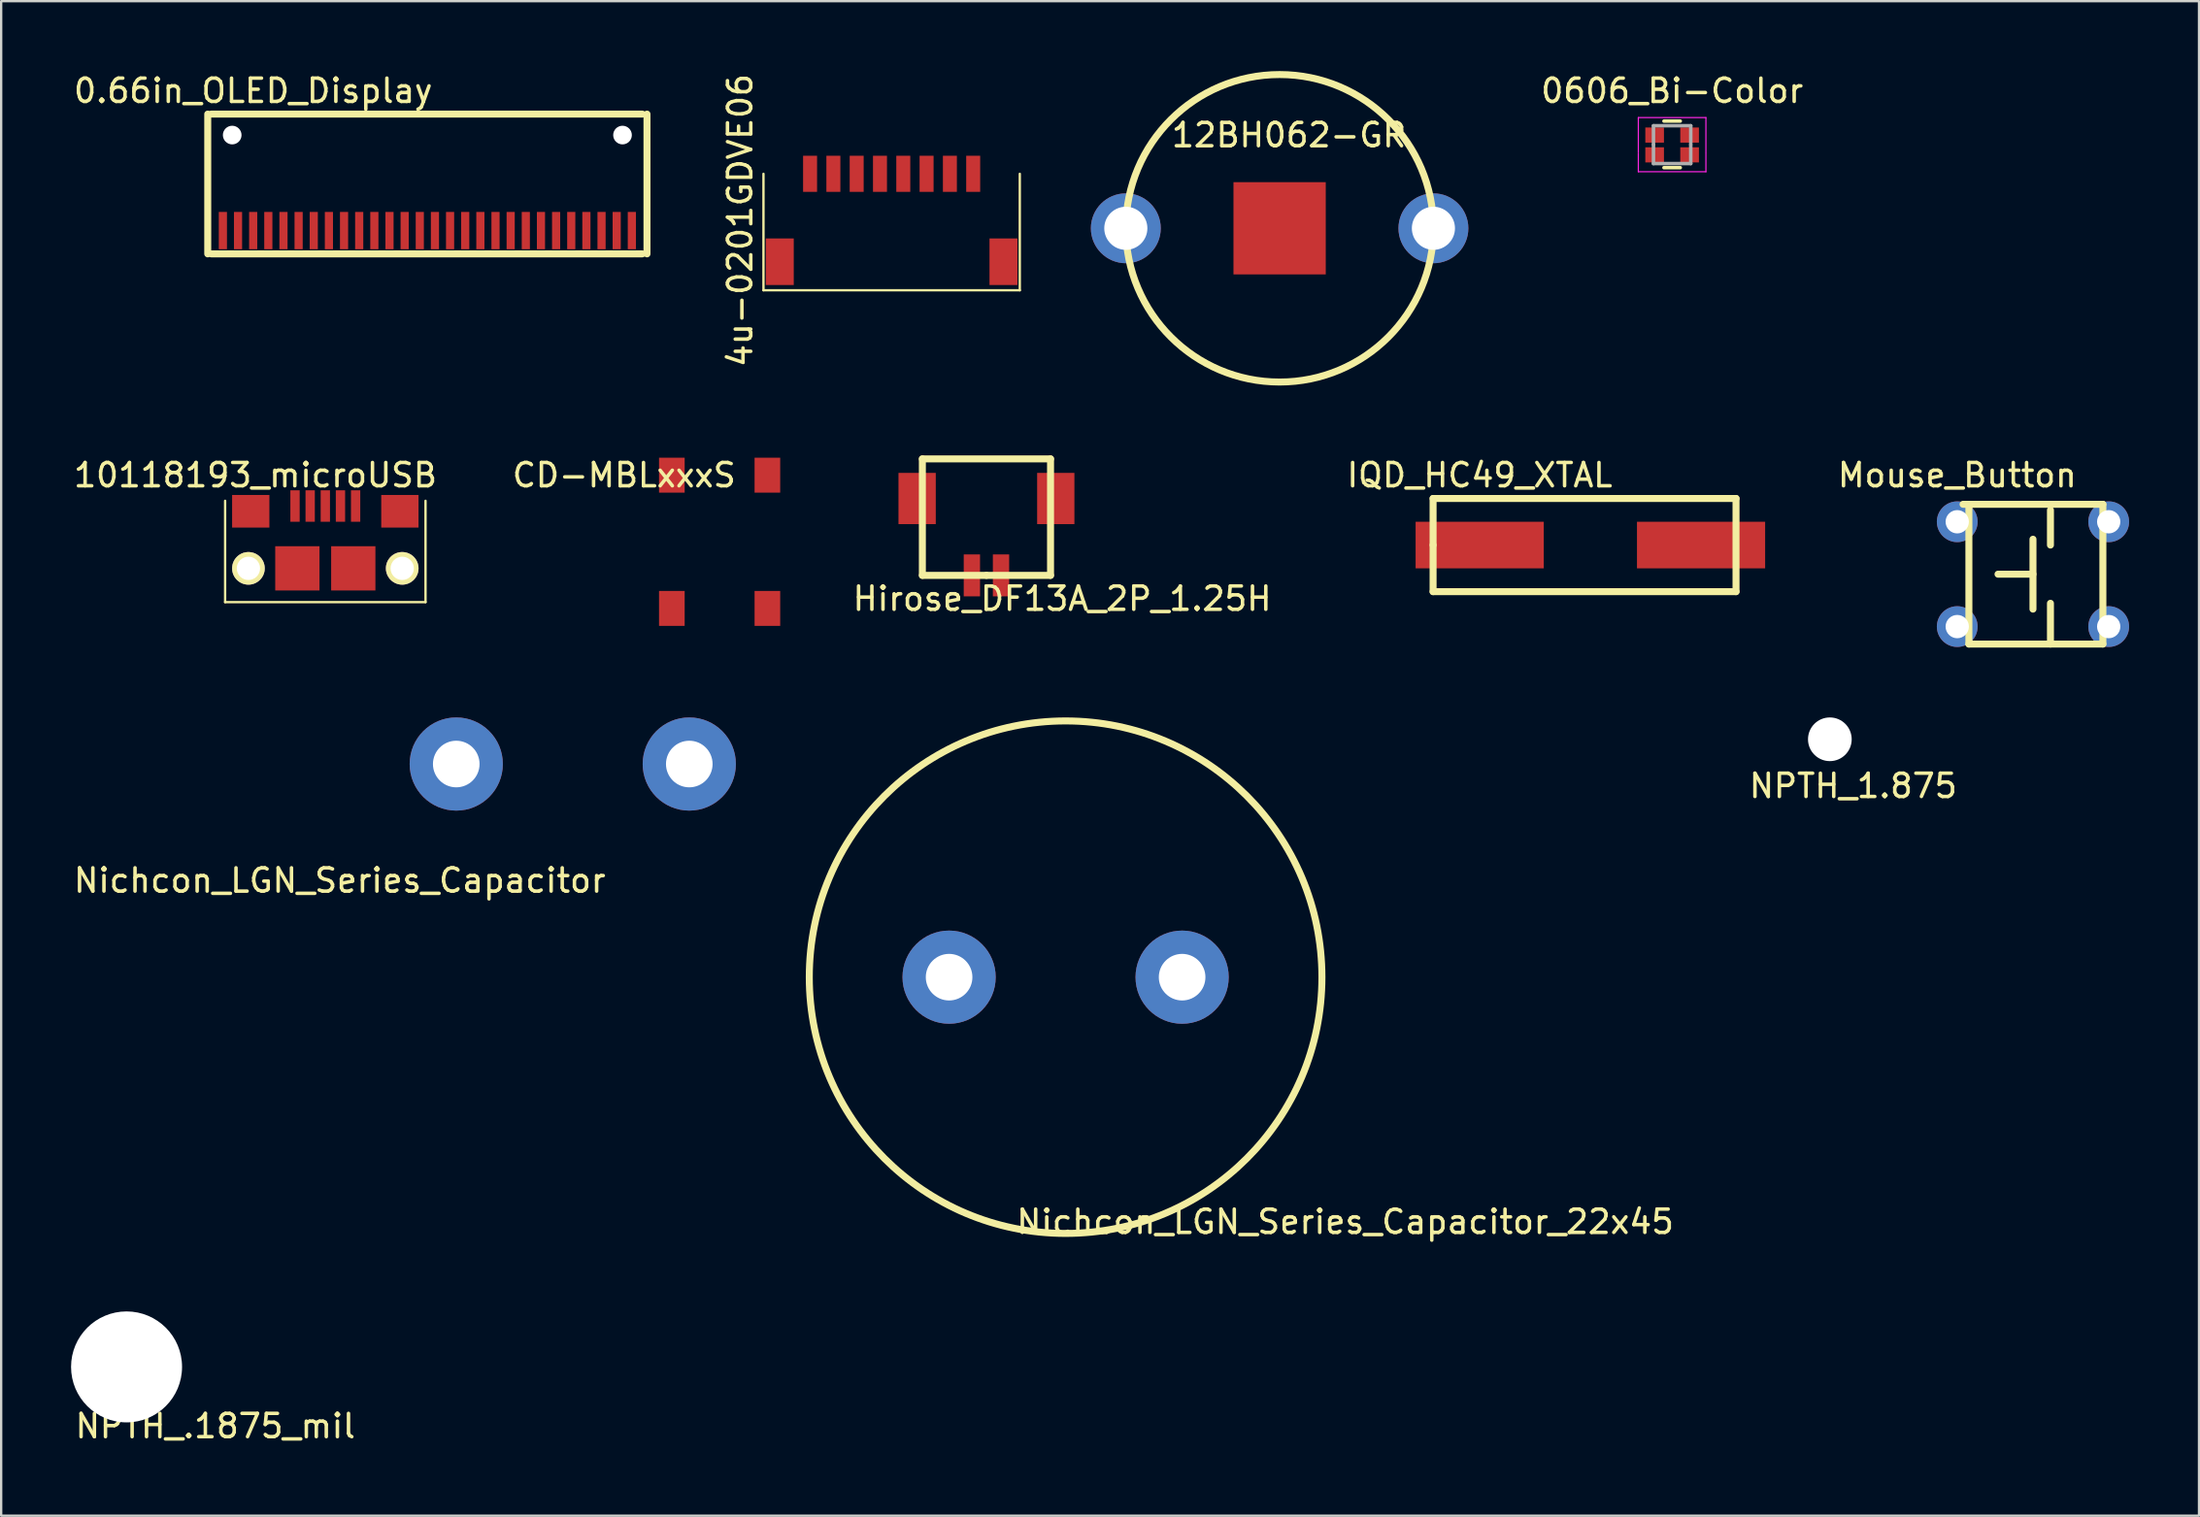
<source format=kicad_pcb>
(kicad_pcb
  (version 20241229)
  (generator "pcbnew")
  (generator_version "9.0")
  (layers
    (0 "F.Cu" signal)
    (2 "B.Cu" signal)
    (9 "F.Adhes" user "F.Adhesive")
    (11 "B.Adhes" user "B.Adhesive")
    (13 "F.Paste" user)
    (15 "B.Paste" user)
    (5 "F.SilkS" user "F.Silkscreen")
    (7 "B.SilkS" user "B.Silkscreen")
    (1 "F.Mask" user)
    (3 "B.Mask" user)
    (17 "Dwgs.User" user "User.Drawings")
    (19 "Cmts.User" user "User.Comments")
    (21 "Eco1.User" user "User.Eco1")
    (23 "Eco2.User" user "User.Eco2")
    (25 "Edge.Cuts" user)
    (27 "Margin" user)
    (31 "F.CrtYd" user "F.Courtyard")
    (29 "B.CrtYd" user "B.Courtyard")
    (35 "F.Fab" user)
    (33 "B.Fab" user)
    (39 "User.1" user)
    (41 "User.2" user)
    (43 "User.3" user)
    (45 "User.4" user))
  (footprint "0606_Bi-Color"
    (layer "F.Cu")
    (at 68.708 3.173)
    (property "Reference" "0606_Bi-Color" (at 0 -2.325 0) (layer "F.SilkS") (effects (font (size 1 1) (thickness 0.15))))
    (attr smd)
    (fp_line (start -0.35 -1.025) (end 0.35 -1.025) (stroke (width 0.15) (type solid)) (layer "F.SilkS"))
    (fp_line (start 0.35 0.975) (end -0.35 0.975) (stroke (width 0.15) (type solid)) (layer "F.SilkS"))
    (fp_line (start -1.45 -1.175) (end -1.45 0.325) (stroke (width 0.05) (type solid)) (layer "F.CrtYd"))
    (fp_line (start -1.45 -1.175) (end 1.45 -1.175) (stroke (width 0.05) (type solid)) (layer "F.CrtYd"))
    (fp_line (start -1.45 1.15) (end -1.45 0.35) (stroke (width 0.05) (type solid)) (layer "F.CrtYd"))
    (fp_line (start -1.45 1.15) (end 1.45 1.15) (stroke (width 0.05) (type solid)) (layer "F.CrtYd"))
    (fp_line (start 1.45 -1.175) (end 1.45 0.325) (stroke (width 0.05) (type solid)) (layer "F.CrtYd"))
    (fp_line (start 1.45 1.15) (end 1.45 0.35) (stroke (width 0.05) (type solid)) (layer "F.CrtYd"))
    (fp_line (start -0.8 -0.825) (end 0.8 -0.825) (stroke (width 0.15) (type solid)) (layer "F.Fab"))
    (fp_line (start -0.8 -0.025) (end -0.8 -0.825) (stroke (width 0.15) (type solid)) (layer "F.Fab"))
    (fp_line (start -0.8 0) (end -0.8 0.8) (stroke (width 0.15) (type solid)) (layer "F.Fab"))
    (fp_line (start -0.8 0.8) (end 0.8 0.8) (stroke (width 0.15) (type solid)) (layer "F.Fab"))
    (fp_line (start 0.8 -0.825) (end 0.8 -0.025) (stroke (width 0.15) (type solid)) (layer "F.Fab"))
    (fp_line (start 0.8 0) (end 0.8 0.8) (stroke (width 0.15) (type solid)) (layer "F.Fab"))
    (pad "1" smd rect (at -0.75 -0.425) (size 0.8 0.65) (layers "F.Cu" "F.Mask" "F.Paste"))
    (pad "2" smd rect (at 0.75 -0.425) (size 0.8 0.65) (layers "F.Cu" "F.Mask" "F.Paste"))
    (pad "3" smd rect (at -0.75 0.425) (size 0.8 0.65) (layers "F.Cu" "F.Mask" "F.Paste"))
    (pad "4" smd rect (at 0.75 0.425) (size 0.8 0.65) (layers "F.Cu" "F.Mask" "F.Paste")))
  (footprint "Hirose_DF13A_2P_1.25H"
    (layer "F.Cu")
    (at 39.283 21.65)
    (property "Reference" "Hirose_DF13A_2P_1.25H" (at 3.25 1 0) (layer "F.SilkS") (effects (font (size 1 1) (thickness 0.15))))
    (attr through_hole)
    (fp_line (start -2.75 -5) (end -2.75 0) (stroke (width 0.3) (type solid)) (layer "F.SilkS"))
    (fp_line (start -2.75 0) (end 0 0) (stroke (width 0.3) (type solid)) (layer "F.SilkS"))
    (fp_line (start 0 0) (end 2.75 0) (stroke (width 0.3) (type solid)) (layer "F.SilkS"))
    (fp_line (start 2.75 -5) (end -2.75 -5) (stroke (width 0.3) (type solid)) (layer "F.SilkS"))
    (fp_line (start 2.75 0) (end 2.75 -5) (stroke (width 0.3) (type solid)) (layer "F.SilkS"))
    (pad "1" smd rect (at -0.625 0) (size 0.7 1.8) (layers "F.Cu" "F.Mask" "F.Paste"))
    (pad "2" smd rect (at -2.975 -3.3) (size 1.6 2.2) (layers "F.Cu" "F.Mask" "F.Paste"))
    (pad "2" smd rect (at 0.625 0) (size 0.7 1.8) (layers "F.Cu" "F.Mask" "F.Paste"))
    (pad "2" smd rect (at 2.975 -3.3) (size 1.6 2.2) (layers "F.Cu" "F.Mask" "F.Paste")))
  (footprint "4u-0201GDVE06"
    (layer "F.Cu")
    (at 31.714 4.411)
    (property "Reference" "4u-0201GDVE06" (at -3 2 90) (layer "F.SilkS") (effects (font (size 1 1) (thickness 0.15))))
    (attr through_hole)
    (fp_line (start -2 0) (end -2 5) (stroke (width 0.1) (type solid)) (layer "F.SilkS"))
    (fp_line (start -2 5) (end 9 5) (stroke (width 0.1) (type solid)) (layer "F.SilkS"))
    (fp_line (start 9 5) (end 9 0) (stroke (width 0.1) (type solid)) (layer "F.SilkS"))
    (pad "1" smd rect (at 0 0) (size 0.6 1.55) (layers "F.Cu" "F.Mask" "F.Paste"))
    (pad "2" smd rect (at 1 0) (size 0.6 1.55) (layers "F.Cu" "F.Mask" "F.Paste"))
    (pad "3" smd rect (at 2 0) (size 0.6 1.55) (layers "F.Cu" "F.Mask" "F.Paste"))
    (pad "4" smd rect (at 3 0) (size 0.6 1.55) (layers "F.Cu" "F.Mask" "F.Paste"))
    (pad "5" smd rect (at 4 0) (size 0.6 1.55) (layers "F.Cu" "F.Mask" "F.Paste"))
    (pad "6" smd rect (at 5 0) (size 0.6 1.55) (layers "F.Cu" "F.Mask" "F.Paste"))
    (pad "7" smd rect (at 6 0) (size 0.6 1.55) (layers "F.Cu" "F.Mask" "F.Paste"))
    (pad "8" smd rect (at 7 0) (size 0.6 1.55) (layers "F.Cu" "F.Mask" "F.Paste"))
    (pad "9" smd rect (at -1.3 3.775) (size 1.2 2) (layers "F.Cu" "F.Mask" "F.Paste"))
    (pad "10" smd rect (at 8.3 3.775) (size 1.2 2) (layers "F.Cu" "F.Mask" "F.Paste")))
  (footprint "12BH062-GR"
    (layer "F.Cu")
    (at 45.264 6.75)
    (property "Reference" "12BH062-GR" (at 7 -4 0) (layer "F.SilkS") (effects (font (size 1 1) (thickness 0.15))))
    (attr through_hole)
    (fp_circle (center 6.6 0) (end 13.2 0) (stroke (width 0.3) (type solid)) (fill no) (layer "F.SilkS"))
    (pad "1" thru_hole circle (at 0 0) (size 3 3) (drill 1.85) (layers "*.Cu" "*.Mask"))
    (pad "1" thru_hole circle (at 13.2 0) (size 3 3) (drill 1.85) (layers "*.Cu" "*.Mask"))
    (pad "2" smd rect (at 6.6 0) (size 3.96 3.96) (layers "F.Cu" "F.Mask" "F.Paste")))
  (footprint "CD-MBLxxxS"
    (layer "F.Cu")
    (at 27.832 20.198)
    (property "Reference" "CD-MBLxxxS" (at -4.1 -2.85 0) (layer "F.SilkS") (effects (font (size 1 1) (thickness 0.15))))
    (attr through_hole)
    (pad "1" smd rect (at -2.05 -2.85) (size 1.1 1.5) (layers "F.Cu" "F.Mask" "F.Paste"))
    (pad "2" smd rect (at 2.05 -2.85) (size 1.1 1.5) (layers "F.Cu" "F.Mask" "F.Paste"))
    (pad "3" smd rect (at 2.05 2.87) (size 1.1 1.5) (layers "F.Cu" "F.Mask" "F.Paste"))
    (pad "4" smd rect (at -2.05 2.87) (size 1.1 1.5) (layers "F.Cu" "F.Mask" "F.Paste")))
  (footprint "NPTH_1.875"
    (layer "F.Cu")
    (at 75.477 28.686)
    (property "Reference" "NPTH_1.875" (at 1 2 0) (layer "F.SilkS") (effects (font (size 1 1) (thickness 0.15))))
    (attr through_hole)
    (pad "" np_thru_hole circle (at 0 0) (size 1.875 1.875) (drill 1.875) (layers "*.Cu" "*.Mask")))
  (footprint "NPTH_.1875_mil"
    (layer "F.Cu")
    (at 2.381 55.628)
    (property "Reference" "NPTH_.1875_mil" (at 3.81 2.54 0) (layer "F.SilkS") (effects (font (size 1 1) (thickness 0.15))))
    (attr through_hole)
    (pad "" np_thru_hole circle (at 0 0) (size 4.763 4.763) (drill 4.763) (layers "*.Cu" "*.Mask")))
  (footprint "10118193_microUSB"
    (layer "F.Cu")
    (at 10.911 21.348)
    (property "Reference" "10118193_microUSB" (at -3 -4 0) (layer "F.SilkS") (effects (font (size 1 1) (thickness 0.15))))
    (attr through_hole)
    (fp_line (start -4.3 -2.9) (end -4.3 1.45) (stroke (width 0.1) (type solid)) (layer "F.SilkS"))
    (fp_line (start -4.3 1.45) (end 4.3 1.45) (stroke (width 0.1) (type solid)) (layer "F.SilkS"))
    (fp_line (start 4.3 1.45) (end 4.3 -2.9) (stroke (width 0.1) (type solid)) (layer "F.SilkS"))
    (pad "1" smd rect (at -1.3 -2.675) (size 0.4 1.35) (layers "F.Cu" "F.Mask" "F.Paste"))
    (pad "2" smd rect (at -0.65 -2.675) (size 0.4 1.35) (layers "F.Cu" "F.Mask" "F.Paste"))
    (pad "3" smd rect (at 0 -2.675) (size 0.4 1.35) (layers "F.Cu" "F.Mask" "F.Paste"))
    (pad "4" smd rect (at 0.65 -2.675) (size 0.4 1.35) (layers "F.Cu" "F.Mask" "F.Paste"))
    (pad "5" smd rect (at 1.3 -2.675) (size 0.4 1.35) (layers "F.Cu" "F.Mask" "F.Paste"))
    (pad "6" smd rect (at -3.2 -2.45) (size 1.6 1.4) (layers "F.Cu" "F.Mask" "F.Paste"))
    (pad "7" smd rect (at 3.2 -2.45) (size 1.6 1.4) (layers "F.Cu" "F.Mask" "F.Paste"))
    (pad "8" smd rect (at -1.2 0) (size 1.9 1.9) (layers "F.Cu" "F.Mask" "F.Paste"))
    (pad "9" smd rect (at 1.2 0) (size 1.9 1.9) (layers "F.Cu" "F.Mask" "F.Paste"))
    (pad "10" thru_hole oval (at -3.3 0) (size 1.4 1.4) (drill 1) (layers "*.Cu" "*.Mask" "F.SilkS"))
    (pad "11" thru_hole oval (at 3.3 0) (size 1.4 1.4) (drill 1) (layers "*.Cu" "*.Mask" "F.SilkS")))
  (footprint "Mouse_Button"
    (layer "F.Cu")
    (at 80.944 19.348)
    (property "Reference" "Mouse_Button" (at 0 -2 0) (layer "F.SilkS") (effects (font (size 1 1) (thickness 0.15))))
    (attr through_hole)
    (fp_line (start 0.5 -0.75) (end 0.5 5.25) (stroke (width 0.3) (type solid)) (layer "F.SilkS"))
    (fp_line (start 0.5 5.25) (end 6.25 5.25) (stroke (width 0.3) (type solid)) (layer "F.SilkS"))
    (fp_line (start 3.25 0.75) (end 3.25 3.75) (stroke (width 0.3) (type solid)) (layer "F.SilkS"))
    (fp_line (start 3.25 2.25) (end 1.75 2.25) (stroke (width 0.3) (type solid)) (layer "F.SilkS"))
    (fp_line (start 4 -0.5) (end 4 1) (stroke (width 0.3) (type solid)) (layer "F.SilkS"))
    (fp_line (start 4 5.25) (end 4 3.5) (stroke (width 0.3) (type solid)) (layer "F.SilkS"))
    (fp_line (start 6.25 -0.75) (end 0.25 -0.75) (stroke (width 0.3) (type solid)) (layer "F.SilkS"))
    (fp_line (start 6.25 5.25) (end 6.25 -0.75) (stroke (width 0.3) (type solid)) (layer "F.SilkS"))
    (pad "1" thru_hole circle (at 0 0) (size 1.75 1.75) (drill 1) (layers "*.Cu" "*.Mask"))
    (pad "2" thru_hole circle (at 6.5 0) (size 1.75 1.75) (drill 1) (layers "*.Cu" "*.Mask"))
    (pad "3" thru_hole circle (at 0 4.5) (size 1.75 1.75) (drill 1) (layers "*.Cu" "*.Mask"))
    (pad "4" thru_hole circle (at 6.5 4.5) (size 1.75 1.75) (drill 1) (layers "*.Cu" "*.Mask")))
  (footprint "Nichcon_LGN_Series_Capacitor_22x45"
    (layer "F.Cu")
    (at 42.68 38.898)
    (property "Reference" "Nichcon_LGN_Series_Capacitor_22x45" (at 12 10.5 0) (layer "F.SilkS") (effects (font (size 1 1) (thickness 0.15))))
    (attr through_hole)
    (fp_circle (center 0 0) (end 11 0) (stroke (width 0.3) (type solid)) (fill no) (layer "F.SilkS"))
    (pad "1" thru_hole circle (at -5 0) (size 4 4) (drill 2) (layers "*.Cu" "*.Mask"))
    (pad "1" thru_hole circle (at 5 0) (size 4 4) (drill 2) (layers "*.Cu" "*.Mask")))
  (footprint "0.66in_OLED_Display"
    (layer "F.Cu")
    (at 15.29 6.848)
    (property "Reference" "0.66in_OLED_Display" (at -7.475 -6 0) (layer "F.SilkS") (effects (font (size 1 1) (thickness 0.15))))
    (attr through_hole)
    (fp_line (start -9.425 1) (end -9.425 -5) (stroke (width 0.3) (type solid)) (layer "F.SilkS"))
    (fp_line (start -9.275 -5) (end 9.225 -5) (stroke (width 0.3) (type solid)) (layer "F.SilkS"))
    (fp_line (start 9.225 1) (end -9.275 1) (stroke (width 0.3) (type solid)) (layer "F.SilkS"))
    (fp_line (start 9.425 1) (end 9.425 -5) (stroke (width 0.3) (type solid)) (layer "F.SilkS"))
    (pad "" np_thru_hole circle (at -8.375 -4.1) (size 0.8 0.8) (drill 0.8) (layers "*.Cu" "*.Mask"))
    (pad "" np_thru_hole circle (at 8.375 -4.1) (size 0.8 0.8) (drill 0.8) (layers "*.Cu" "*.Mask"))
    (pad "1" smd rect (at -8.775 0) (size 0.35 1.6) (layers "F.Cu" "F.Mask" "F.Paste"))
    (pad "2" smd rect (at -8.125 0) (size 0.35 1.6) (layers "F.Cu" "F.Mask" "F.Paste"))
    (pad "3" smd rect (at -7.475 0) (size 0.35 1.6) (layers "F.Cu" "F.Mask" "F.Paste"))
    (pad "4" smd rect (at -6.825 0) (size 0.35 1.6) (layers "F.Cu" "F.Mask" "F.Paste"))
    (pad "5" smd rect (at -6.175 0) (size 0.35 1.6) (layers "F.Cu" "F.Mask" "F.Paste"))
    (pad "6" smd rect (at -5.525 0) (size 0.35 1.6) (layers "F.Cu" "F.Mask" "F.Paste"))
    (pad "7" smd rect (at -4.875 0) (size 0.35 1.6) (layers "F.Cu" "F.Mask" "F.Paste"))
    (pad "8" smd rect (at -4.225 0) (size 0.35 1.6) (layers "F.Cu" "F.Mask" "F.Paste"))
    (pad "9" smd rect (at -3.575 0) (size 0.35 1.6) (layers "F.Cu" "F.Mask" "F.Paste"))
    (pad "10" smd rect (at -2.925 0) (size 0.35 1.6) (layers "F.Cu" "F.Mask" "F.Paste"))
    (pad "11" smd rect (at -2.275 0) (size 0.35 1.6) (layers "F.Cu" "F.Mask" "F.Paste"))
    (pad "12" smd rect (at -1.625 0) (size 0.35 1.6) (layers "F.Cu" "F.Mask" "F.Paste"))
    (pad "13" smd rect (at -0.975 0) (size 0.35 1.6) (layers "F.Cu" "F.Mask" "F.Paste"))
    (pad "14" smd rect (at -0.325 0) (size 0.35 1.6) (layers "F.Cu" "F.Mask" "F.Paste"))
    (pad "15" smd rect (at 0.325 0) (size 0.35 1.6) (layers "F.Cu" "F.Mask" "F.Paste"))
    (pad "16" smd rect (at 0.975 0) (size 0.35 1.6) (layers "F.Cu" "F.Mask" "F.Paste"))
    (pad "17" smd rect (at 1.625 0) (size 0.35 1.6) (layers "F.Cu" "F.Mask" "F.Paste"))
    (pad "18" smd rect (at 2.275 0) (size 0.35 1.6) (layers "F.Cu" "F.Mask" "F.Paste"))
    (pad "19" smd rect (at 2.925 0) (size 0.35 1.6) (layers "F.Cu" "F.Mask" "F.Paste"))
    (pad "20" smd rect (at 3.575 0) (size 0.35 1.6) (layers "F.Cu" "F.Mask" "F.Paste"))
    (pad "21" smd rect (at 4.225 0) (size 0.35 1.6) (layers "F.Cu" "F.Mask" "F.Paste"))
    (pad "22" smd rect (at 4.875 0) (size 0.35 1.6) (layers "F.Cu" "F.Mask" "F.Paste"))
    (pad "23" smd rect (at 5.525 0) (size 0.35 1.6) (layers "F.Cu" "F.Mask" "F.Paste"))
    (pad "24" smd rect (at 6.175 0) (size 0.35 1.6) (layers "F.Cu" "F.Mask" "F.Paste"))
    (pad "25" smd rect (at 6.825 0) (size 0.35 1.6) (layers "F.Cu" "F.Mask" "F.Paste"))
    (pad "26" smd rect (at 7.475 0) (size 0.35 1.6) (layers "F.Cu" "F.Mask" "F.Paste"))
    (pad "27" smd rect (at 8.125 0) (size 0.35 1.6) (layers "F.Cu" "F.Mask" "F.Paste"))
    (pad "28" smd rect (at 8.775 0) (size 0.35 1.6) (layers "F.Cu" "F.Mask" "F.Paste")))
  (footprint "IQD_HC49_XTAL"
    (layer "F.Cu")
    (at 60.45 20.348)
    (property "Reference" "IQD_HC49_XTAL" (at 0 -3 0) (layer "F.SilkS") (effects (font (size 1 1) (thickness 0.15))))
    (attr through_hole)
    (fp_line (start -2 -2) (end 11 -2) (stroke (width 0.3) (type solid)) (layer "F.SilkS"))
    (fp_line (start -2 0) (end -2 -2) (stroke (width 0.3) (type solid)) (layer "F.SilkS"))
    (fp_line (start -2 2) (end -2 0) (stroke (width 0.3) (type solid)) (layer "F.SilkS"))
    (fp_line (start 11 -2) (end 11 2) (stroke (width 0.3) (type solid)) (layer "F.SilkS"))
    (fp_line (start 11 2) (end -2 2) (stroke (width 0.3) (type solid)) (layer "F.SilkS"))
    (pad "1" smd rect (at 0 0) (size 5.5 2) (layers "F.Cu" "F.Mask" "F.Paste"))
    (pad "2" smd rect (at 9.5 0) (size 5.5 2) (layers "F.Cu" "F.Mask" "F.Paste")))
  (footprint "Nichcon_LGN_Series_Capacitor"
    (layer "F.Cu")
    (at 21.53 29.748)
    (property "Reference" "Nichcon_LGN_Series_Capacitor" (at -10 5 0) (layer "F.SilkS") (effects (font (size 1 1) (thickness 0.15))))
    (attr through_hole)
    (pad "1" thru_hole circle (at -5 0) (size 4 4) (drill 2) (layers "*.Cu" "*.Mask"))
    (pad "1" thru_hole circle (at 5 0) (size 4 4) (drill 2) (layers "*.Cu" "*.Mask")))
  (gr_rect
    (start -3 -3)
    (end 91.319 62.016)
    (stroke (width 0.1) (type default))
    (fill no)
    (layer "Edge.Cuts")))
</source>
